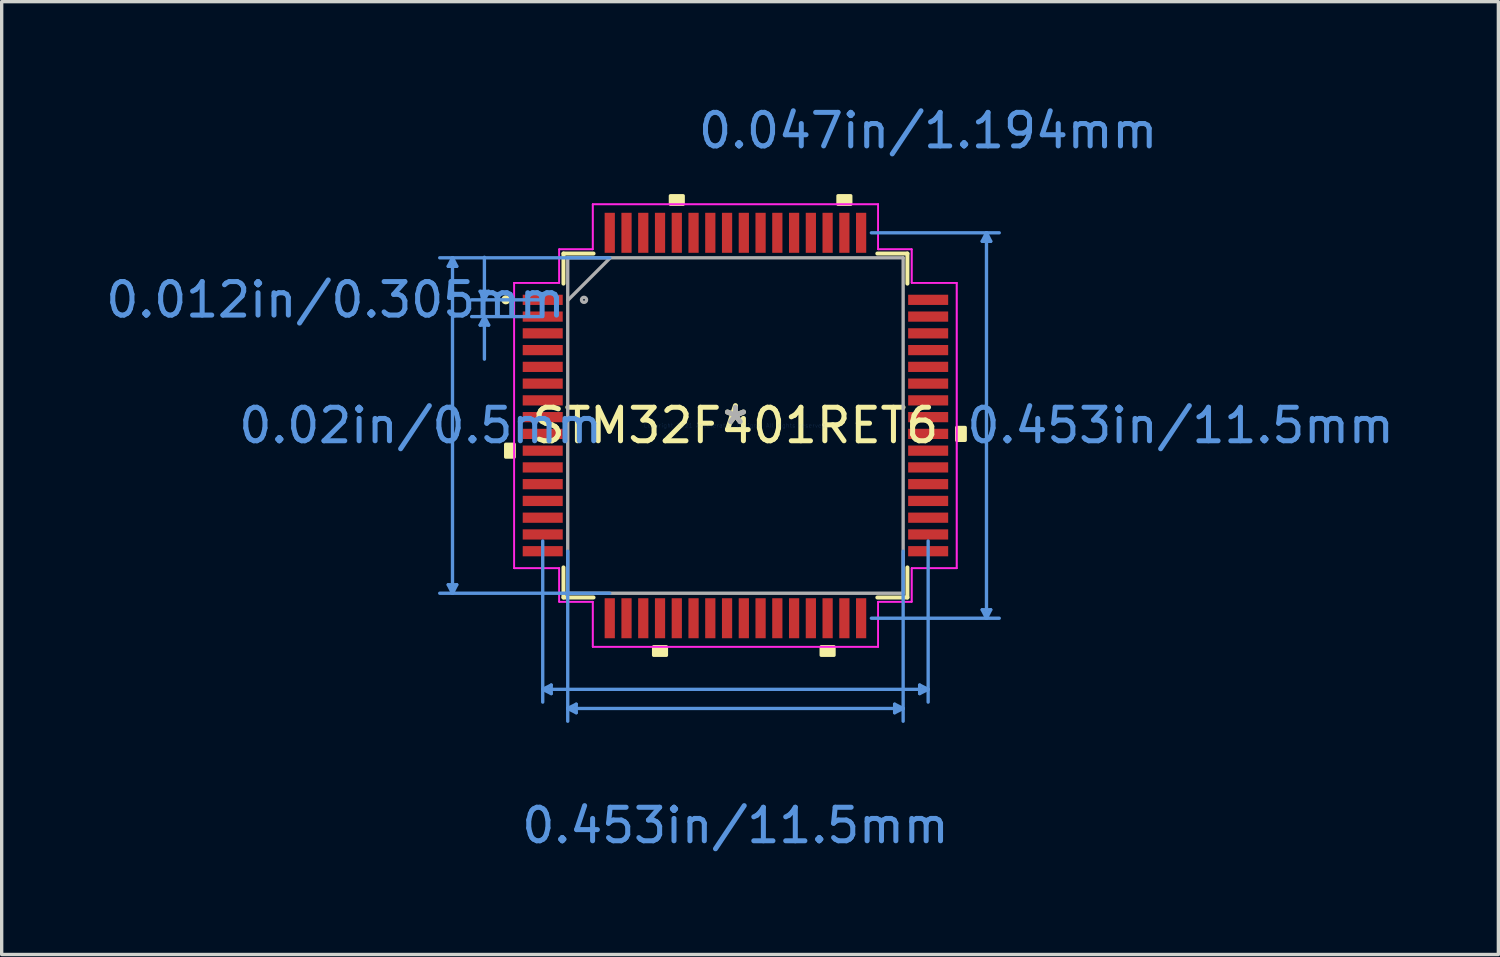
<source format=kicad_pcb>
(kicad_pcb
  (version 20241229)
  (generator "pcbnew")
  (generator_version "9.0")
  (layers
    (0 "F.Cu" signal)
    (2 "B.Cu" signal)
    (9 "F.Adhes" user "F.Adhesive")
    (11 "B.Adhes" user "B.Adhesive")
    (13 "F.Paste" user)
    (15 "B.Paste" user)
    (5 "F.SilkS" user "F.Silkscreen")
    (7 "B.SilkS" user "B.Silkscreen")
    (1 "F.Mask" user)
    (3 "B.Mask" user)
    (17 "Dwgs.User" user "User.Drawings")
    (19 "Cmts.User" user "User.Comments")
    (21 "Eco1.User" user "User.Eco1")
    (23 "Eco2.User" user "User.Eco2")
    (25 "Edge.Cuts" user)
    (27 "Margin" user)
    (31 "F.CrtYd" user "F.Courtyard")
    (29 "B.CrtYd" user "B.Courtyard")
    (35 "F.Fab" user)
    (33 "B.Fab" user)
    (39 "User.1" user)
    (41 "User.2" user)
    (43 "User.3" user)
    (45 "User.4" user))
  (footprint "STM32F401RET6"
    (layer "F.Cu")
    (at 18.893 9.646)
    (property "Reference" "STM32F401RET6" (at 0 0 0) (layer "F.SilkS") (effects (font (size 1 1) (thickness 0.15))))
    (attr through_hole)
    (fp_line (start -5.131 -5.131) (end -5.131 -4.234) (stroke (width 0.12) (type solid)) (layer "F.SilkS"))
    (fp_line (start -5.131 4.234) (end -5.131 5.131) (stroke (width 0.12) (type solid)) (layer "F.SilkS"))
    (fp_line (start -5.131 5.131) (end -4.234 5.131) (stroke (width 0.12) (type solid)) (layer "F.SilkS"))
    (fp_line (start -4.234 -5.131) (end -5.131 -5.131) (stroke (width 0.12) (type solid)) (layer "F.SilkS"))
    (fp_line (start 4.234 5.131) (end 5.131 5.131) (stroke (width 0.12) (type solid)) (layer "F.SilkS"))
    (fp_line (start 5.131 -5.131) (end 4.234 -5.131) (stroke (width 0.12) (type solid)) (layer "F.SilkS"))
    (fp_line (start 5.131 -4.234) (end 5.131 -5.131) (stroke (width 0.12) (type solid)) (layer "F.SilkS"))
    (fp_line (start 5.131 5.131) (end 5.131 4.234) (stroke (width 0.12) (type solid)) (layer "F.SilkS"))
    (fp_circle (center -6.851 -3.75) (end -6.775 -3.75) (stroke (width 0.12) (type solid)) (fill no) (layer "F.SilkS"))
    (fp_poly (pts (xy -6.855 0.56) (xy -6.855 0.941) (xy -6.601 0.941) (xy -6.601 0.56)) (stroke (width 0.1) (type solid)) (fill yes) (layer "F.SilkS"))
    (fp_poly (pts (xy -2.441 6.601) (xy -2.441 6.855) (xy -2.06 6.855) (xy -2.06 6.601)) (stroke (width 0.1) (type solid)) (fill yes) (layer "F.SilkS"))
    (fp_poly (pts (xy -1.94 -6.601) (xy -1.94 -6.855) (xy -1.559 -6.855) (xy -1.559 -6.601)) (stroke (width 0.1) (type solid)) (fill yes) (layer "F.SilkS"))
    (fp_poly (pts (xy 2.559 6.601) (xy 2.559 6.855) (xy 2.941 6.855) (xy 2.941 6.601)) (stroke (width 0.1) (type solid)) (fill yes) (layer "F.SilkS"))
    (fp_poly (pts (xy 3.06 -6.601) (xy 3.06 -6.855) (xy 3.441 -6.855) (xy 3.441 -6.601)) (stroke (width 0.1) (type solid)) (fill yes) (layer "F.SilkS"))
    (fp_poly (pts (xy 6.855 0.059) (xy 6.855 0.441) (xy 6.601 0.441) (xy 6.601 0.059)) (stroke (width 0.1) (type solid)) (fill yes) (layer "F.SilkS"))
    (fp_line (start -8.569 -4.75) (end -8.315 -4.75) (stroke (width 0.1) (type solid)) (layer "Cmts.User"))
    (fp_line (start -8.569 4.75) (end -8.315 4.75) (stroke (width 0.1) (type solid)) (layer "Cmts.User"))
    (fp_line (start -8.442 -5.004) (end -8.569 -4.75) (stroke (width 0.1) (type solid)) (layer "Cmts.User"))
    (fp_line (start -8.442 -5.004) (end -8.442 5.004) (stroke (width 0.1) (type solid)) (layer "Cmts.User"))
    (fp_line (start -8.442 -5.004) (end -8.315 -4.75) (stroke (width 0.1) (type solid)) (layer "Cmts.User"))
    (fp_line (start -8.442 5.004) (end -8.569 4.75) (stroke (width 0.1) (type solid)) (layer "Cmts.User"))
    (fp_line (start -8.442 5.004) (end -8.315 4.75) (stroke (width 0.1) (type solid)) (layer "Cmts.User"))
    (fp_line (start -7.617 -4.004) (end -7.363 -4.004) (stroke (width 0.1) (type solid)) (layer "Cmts.User"))
    (fp_line (start -7.617 -2.996) (end -7.363 -2.996) (stroke (width 0.1) (type solid)) (layer "Cmts.User"))
    (fp_line (start -7.49 -3.75) (end -7.617 -4.004) (stroke (width 0.1) (type solid)) (layer "Cmts.User"))
    (fp_line (start -7.49 -3.75) (end -7.49 -5.02) (stroke (width 0.1) (type solid)) (layer "Cmts.User"))
    (fp_line (start -7.49 -3.75) (end -7.363 -4.004) (stroke (width 0.1) (type solid)) (layer "Cmts.User"))
    (fp_line (start -7.49 -3.25) (end -7.617 -2.996) (stroke (width 0.1) (type solid)) (layer "Cmts.User"))
    (fp_line (start -7.49 -3.25) (end -7.49 -1.98) (stroke (width 0.1) (type solid)) (layer "Cmts.User"))
    (fp_line (start -7.49 -3.25) (end -7.363 -2.996) (stroke (width 0.1) (type solid)) (layer "Cmts.User"))
    (fp_line (start -5.75 -3.75) (end -7.871 -3.75) (stroke (width 0.1) (type solid)) (layer "Cmts.User"))
    (fp_line (start -5.75 -3.25) (end -7.871 -3.25) (stroke (width 0.1) (type solid)) (layer "Cmts.User"))
    (fp_line (start -5.75 3.445) (end -5.75 8.252) (stroke (width 0.1) (type solid)) (layer "Cmts.User"))
    (fp_line (start -5.75 7.871) (end -5.496 7.744) (stroke (width 0.1) (type solid)) (layer "Cmts.User"))
    (fp_line (start -5.75 7.871) (end -5.496 7.998) (stroke (width 0.1) (type solid)) (layer "Cmts.User"))
    (fp_line (start -5.75 7.871) (end 5.75 7.871) (stroke (width 0.1) (type solid)) (layer "Cmts.User"))
    (fp_line (start -5.496 7.744) (end -5.496 7.998) (stroke (width 0.1) (type solid)) (layer "Cmts.User"))
    (fp_line (start -5.004 3.75) (end -5.004 8.823) (stroke (width 0.1) (type solid)) (layer "Cmts.User"))
    (fp_line (start -5.004 8.442) (end -4.75 8.315) (stroke (width 0.1) (type solid)) (layer "Cmts.User"))
    (fp_line (start -5.004 8.442) (end -4.75 8.569) (stroke (width 0.1) (type solid)) (layer "Cmts.User"))
    (fp_line (start -5.004 8.442) (end 5.004 8.442) (stroke (width 0.1) (type solid)) (layer "Cmts.User"))
    (fp_line (start -4.75 8.315) (end -4.75 8.569) (stroke (width 0.1) (type solid)) (layer "Cmts.User"))
    (fp_line (start -3.75 -5.004) (end -8.823 -5.004) (stroke (width 0.1) (type solid)) (layer "Cmts.User"))
    (fp_line (start -3.75 5.004) (end -8.823 5.004) (stroke (width 0.1) (type solid)) (layer "Cmts.User"))
    (fp_line (start 4.055 -5.75) (end 7.871 -5.75) (stroke (width 0.1) (type solid)) (layer "Cmts.User"))
    (fp_line (start 4.055 5.75) (end 7.871 5.75) (stroke (width 0.1) (type solid)) (layer "Cmts.User"))
    (fp_line (start 4.75 8.315) (end 4.75 8.569) (stroke (width 0.1) (type solid)) (layer "Cmts.User"))
    (fp_line (start 5.004 3.75) (end 5.004 8.823) (stroke (width 0.1) (type solid)) (layer "Cmts.User"))
    (fp_line (start 5.004 8.442) (end 4.75 8.315) (stroke (width 0.1) (type solid)) (layer "Cmts.User"))
    (fp_line (start 5.004 8.442) (end 4.75 8.569) (stroke (width 0.1) (type solid)) (layer "Cmts.User"))
    (fp_line (start 5.496 7.744) (end 5.496 7.998) (stroke (width 0.1) (type solid)) (layer "Cmts.User"))
    (fp_line (start 5.75 3.445) (end 5.75 8.252) (stroke (width 0.1) (type solid)) (layer "Cmts.User"))
    (fp_line (start 5.75 7.871) (end 5.496 7.744) (stroke (width 0.1) (type solid)) (layer "Cmts.User"))
    (fp_line (start 5.75 7.871) (end 5.496 7.998) (stroke (width 0.1) (type solid)) (layer "Cmts.User"))
    (fp_line (start 7.363 -5.496) (end 7.617 -5.496) (stroke (width 0.1) (type solid)) (layer "Cmts.User"))
    (fp_line (start 7.363 5.496) (end 7.617 5.496) (stroke (width 0.1) (type solid)) (layer "Cmts.User"))
    (fp_line (start 7.49 -5.75) (end 7.363 -5.496) (stroke (width 0.1) (type solid)) (layer "Cmts.User"))
    (fp_line (start 7.49 -5.75) (end 7.49 5.75) (stroke (width 0.1) (type solid)) (layer "Cmts.User"))
    (fp_line (start 7.49 -5.75) (end 7.617 -5.496) (stroke (width 0.1) (type solid)) (layer "Cmts.User"))
    (fp_line (start 7.49 5.75) (end 7.363 5.496) (stroke (width 0.1) (type solid)) (layer "Cmts.User"))
    (fp_line (start 7.49 5.75) (end 7.617 5.496) (stroke (width 0.1) (type solid)) (layer "Cmts.User"))
    (fp_line (start -6.601 -4.258) (end -5.258 -4.258) (stroke (width 0.05) (type solid)) (layer "F.CrtYd"))
    (fp_line (start -6.601 -4.258) (end -5.258 -4.258) (stroke (width 0.05) (type solid)) (layer "F.CrtYd"))
    (fp_line (start -6.601 4.258) (end -6.601 -4.258) (stroke (width 0.05) (type solid)) (layer "F.CrtYd"))
    (fp_line (start -6.601 4.258) (end -6.601 -4.258) (stroke (width 0.05) (type solid)) (layer "F.CrtYd"))
    (fp_line (start -5.258 -5.258) (end -4.258 -5.258) (stroke (width 0.05) (type solid)) (layer "F.CrtYd"))
    (fp_line (start -5.258 -5.258) (end -4.258 -5.258) (stroke (width 0.05) (type solid)) (layer "F.CrtYd"))
    (fp_line (start -5.258 -4.258) (end -5.258 -5.258) (stroke (width 0.05) (type solid)) (layer "F.CrtYd"))
    (fp_line (start -5.258 -4.258) (end -5.258 -5.258) (stroke (width 0.05) (type solid)) (layer "F.CrtYd"))
    (fp_line (start -5.258 4.258) (end -6.601 4.258) (stroke (width 0.05) (type solid)) (layer "F.CrtYd"))
    (fp_line (start -5.258 4.258) (end -6.601 4.258) (stroke (width 0.05) (type solid)) (layer "F.CrtYd"))
    (fp_line (start -5.258 5.258) (end -5.258 4.258) (stroke (width 0.05) (type solid)) (layer "F.CrtYd"))
    (fp_line (start -5.258 5.258) (end -5.258 4.258) (stroke (width 0.05) (type solid)) (layer "F.CrtYd"))
    (fp_line (start -4.258 -6.601) (end 4.258 -6.601) (stroke (width 0.05) (type solid)) (layer "F.CrtYd"))
    (fp_line (start -4.258 -6.601) (end 4.258 -6.601) (stroke (width 0.05) (type solid)) (layer "F.CrtYd"))
    (fp_line (start -4.258 -5.258) (end -4.258 -6.601) (stroke (width 0.05) (type solid)) (layer "F.CrtYd"))
    (fp_line (start -4.258 -5.258) (end -4.258 -6.601) (stroke (width 0.05) (type solid)) (layer "F.CrtYd"))
    (fp_line (start -4.258 5.258) (end -5.258 5.258) (stroke (width 0.05) (type solid)) (layer "F.CrtYd"))
    (fp_line (start -4.258 5.258) (end -5.258 5.258) (stroke (width 0.05) (type solid)) (layer "F.CrtYd"))
    (fp_line (start -4.258 6.601) (end -4.258 5.258) (stroke (width 0.05) (type solid)) (layer "F.CrtYd"))
    (fp_line (start -4.258 6.601) (end -4.258 5.258) (stroke (width 0.05) (type solid)) (layer "F.CrtYd"))
    (fp_line (start 4.258 -6.601) (end 4.258 -5.258) (stroke (width 0.05) (type solid)) (layer "F.CrtYd"))
    (fp_line (start 4.258 -6.601) (end 4.258 -5.258) (stroke (width 0.05) (type solid)) (layer "F.CrtYd"))
    (fp_line (start 4.258 -5.258) (end 5.258 -5.258) (stroke (width 0.05) (type solid)) (layer "F.CrtYd"))
    (fp_line (start 4.258 -5.258) (end 5.258 -5.258) (stroke (width 0.05) (type solid)) (layer "F.CrtYd"))
    (fp_line (start 4.258 5.258) (end 4.258 6.601) (stroke (width 0.05) (type solid)) (layer "F.CrtYd"))
    (fp_line (start 4.258 5.258) (end 4.258 6.601) (stroke (width 0.05) (type solid)) (layer "F.CrtYd"))
    (fp_line (start 4.258 6.601) (end -4.258 6.601) (stroke (width 0.05) (type solid)) (layer "F.CrtYd"))
    (fp_line (start 4.258 6.601) (end -4.258 6.601) (stroke (width 0.05) (type solid)) (layer "F.CrtYd"))
    (fp_line (start 5.258 -5.258) (end 5.258 -4.258) (stroke (width 0.05) (type solid)) (layer "F.CrtYd"))
    (fp_line (start 5.258 -5.258) (end 5.258 -4.258) (stroke (width 0.05) (type solid)) (layer "F.CrtYd"))
    (fp_line (start 5.258 -4.258) (end 6.601 -4.258) (stroke (width 0.05) (type solid)) (layer "F.CrtYd"))
    (fp_line (start 5.258 -4.258) (end 6.601 -4.258) (stroke (width 0.05) (type solid)) (layer "F.CrtYd"))
    (fp_line (start 5.258 4.258) (end 5.258 5.258) (stroke (width 0.05) (type solid)) (layer "F.CrtYd"))
    (fp_line (start 5.258 4.258) (end 5.258 5.258) (stroke (width 0.05) (type solid)) (layer "F.CrtYd"))
    (fp_line (start 5.258 5.258) (end 4.258 5.258) (stroke (width 0.05) (type solid)) (layer "F.CrtYd"))
    (fp_line (start 5.258 5.258) (end 4.258 5.258) (stroke (width 0.05) (type solid)) (layer "F.CrtYd"))
    (fp_line (start 6.601 -4.258) (end 6.601 4.258) (stroke (width 0.05) (type solid)) (layer "F.CrtYd"))
    (fp_line (start 6.601 -4.258) (end 6.601 4.258) (stroke (width 0.05) (type solid)) (layer "F.CrtYd"))
    (fp_line (start 6.601 4.258) (end 5.258 4.258) (stroke (width 0.05) (type solid)) (layer "F.CrtYd"))
    (fp_line (start 6.601 4.258) (end 5.258 4.258) (stroke (width 0.05) (type solid)) (layer "F.CrtYd"))
    (fp_line (start -5.004 -5.004) (end -5.004 5.004) (stroke (width 0.1) (type solid)) (layer "F.Fab"))
    (fp_line (start -5.004 -3.734) (end -3.734 -5.004) (stroke (width 0.1) (type solid)) (layer "F.Fab"))
    (fp_line (start -5.004 5.004) (end 5.004 5.004) (stroke (width 0.1) (type solid)) (layer "F.Fab"))
    (fp_line (start 5.004 -5.004) (end -5.004 -5.004) (stroke (width 0.1) (type solid)) (layer "F.Fab"))
    (fp_line (start 5.004 5.004) (end 5.004 -5.004) (stroke (width 0.1) (type solid)) (layer "F.Fab"))
    (fp_circle (center -4.518 -3.75) (end -4.442 -3.75) (stroke (width 0.1) (type solid)) (fill no) (layer "F.Fab"))
    (fp_text user "*" (at 0 0 0) (layer "F.SilkS") (effects (font (size 1 1) (thickness 0.15))))
    (fp_text user "0.453in/11.5mm" (at 0 11.935 0) (layer "Cmts.User") (effects (font (size 1 1) (thickness 0.15))))
    (fp_text user "0.047in/1.194mm" (at 5.75 -8.798 0) (layer "Cmts.User") (effects (font (size 1 1) (thickness 0.15))))
    (fp_text user "0.012in/0.305mm" (at -11.935 -3.75 0) (layer "Cmts.User") (effects (font (size 1 1) (thickness 0.15))))
    (fp_text user "0.02in/0.5mm" (at -9.395 0 0) (layer "Cmts.User") (effects (font (size 1 1) (thickness 0.15))))
    (fp_text user "Copyright 2021 Accelerated Designs. All rights reserved." (at 0 0 0) (layer "Cmts.User") (effects (font (size 0.127 0.127) (thickness 0.002))))
    (fp_text user "0.453in/11.5mm" (at 13.281 0 0) (layer "Cmts.User") (effects (font (size 1 1) (thickness 0.15))))
    (fp_text user "*" (at 0 0 0) (layer "F.Fab") (effects (font (size 1 1) (thickness 0.15))))
    (pad "1" smd rect (at -5.75 -3.75) (size 1.194 0.305) (layers "F.Cu" "F.Mask" "F.Paste"))
    (pad "2" smd rect (at -5.75 -3.25) (size 1.194 0.305) (layers "F.Cu" "F.Mask" "F.Paste"))
    (pad "3" smd rect (at -5.75 -2.75) (size 1.194 0.305) (layers "F.Cu" "F.Mask" "F.Paste"))
    (pad "4" smd rect (at -5.75 -2.25) (size 1.194 0.305) (layers "F.Cu" "F.Mask" "F.Paste"))
    (pad "5" smd rect (at -5.75 -1.75) (size 1.194 0.305) (layers "F.Cu" "F.Mask" "F.Paste"))
    (pad "6" smd rect (at -5.75 -1.25) (size 1.194 0.305) (layers "F.Cu" "F.Mask" "F.Paste"))
    (pad "7" smd rect (at -5.75 -0.75) (size 1.194 0.305) (layers "F.Cu" "F.Mask" "F.Paste"))
    (pad "8" smd rect (at -5.75 -0.25) (size 1.194 0.305) (layers "F.Cu" "F.Mask" "F.Paste"))
    (pad "9" smd rect (at -5.75 0.25) (size 1.194 0.305) (layers "F.Cu" "F.Mask" "F.Paste"))
    (pad "10" smd rect (at -5.75 0.75) (size 1.194 0.305) (layers "F.Cu" "F.Mask" "F.Paste"))
    (pad "11" smd rect (at -5.75 1.25) (size 1.194 0.305) (layers "F.Cu" "F.Mask" "F.Paste"))
    (pad "12" smd rect (at -5.75 1.75) (size 1.194 0.305) (layers "F.Cu" "F.Mask" "F.Paste"))
    (pad "13" smd rect (at -5.75 2.25) (size 1.194 0.305) (layers "F.Cu" "F.Mask" "F.Paste"))
    (pad "14" smd rect (at -5.75 2.75) (size 1.194 0.305) (layers "F.Cu" "F.Mask" "F.Paste"))
    (pad "15" smd rect (at -5.75 3.25) (size 1.194 0.305) (layers "F.Cu" "F.Mask" "F.Paste"))
    (pad "16" smd rect (at -5.75 3.75) (size 1.194 0.305) (layers "F.Cu" "F.Mask" "F.Paste"))
    (pad "17" smd rect (at -3.75 5.75 90) (size 1.194 0.305) (layers "F.Cu" "F.Mask" "F.Paste"))
    (pad "18" smd rect (at -3.25 5.75 90) (size 1.194 0.305) (layers "F.Cu" "F.Mask" "F.Paste"))
    (pad "19" smd rect (at -2.75 5.75 90) (size 1.194 0.305) (layers "F.Cu" "F.Mask" "F.Paste"))
    (pad "20" smd rect (at -2.25 5.75 90) (size 1.194 0.305) (layers "F.Cu" "F.Mask" "F.Paste"))
    (pad "21" smd rect (at -1.75 5.75 90) (size 1.194 0.305) (layers "F.Cu" "F.Mask" "F.Paste"))
    (pad "22" smd rect (at -1.25 5.75 90) (size 1.194 0.305) (layers "F.Cu" "F.Mask" "F.Paste"))
    (pad "23" smd rect (at -0.75 5.75 90) (size 1.194 0.305) (layers "F.Cu" "F.Mask" "F.Paste"))
    (pad "24" smd rect (at -0.25 5.75 90) (size 1.194 0.305) (layers "F.Cu" "F.Mask" "F.Paste"))
    (pad "25" smd rect (at 0.25 5.75 90) (size 1.194 0.305) (layers "F.Cu" "F.Mask" "F.Paste"))
    (pad "26" smd rect (at 0.75 5.75 90) (size 1.194 0.305) (layers "F.Cu" "F.Mask" "F.Paste"))
    (pad "27" smd rect (at 1.25 5.75 90) (size 1.194 0.305) (layers "F.Cu" "F.Mask" "F.Paste"))
    (pad "28" smd rect (at 1.75 5.75 90) (size 1.194 0.305) (layers "F.Cu" "F.Mask" "F.Paste"))
    (pad "29" smd rect (at 2.25 5.75 90) (size 1.194 0.305) (layers "F.Cu" "F.Mask" "F.Paste"))
    (pad "30" smd rect (at 2.75 5.75 90) (size 1.194 0.305) (layers "F.Cu" "F.Mask" "F.Paste"))
    (pad "31" smd rect (at 3.25 5.75 90) (size 1.194 0.305) (layers "F.Cu" "F.Mask" "F.Paste"))
    (pad "32" smd rect (at 3.75 5.75 90) (size 1.194 0.305) (layers "F.Cu" "F.Mask" "F.Paste"))
    (pad "33" smd rect (at 5.75 3.75) (size 1.194 0.305) (layers "F.Cu" "F.Mask" "F.Paste"))
    (pad "34" smd rect (at 5.75 3.25) (size 1.194 0.305) (layers "F.Cu" "F.Mask" "F.Paste"))
    (pad "35" smd rect (at 5.75 2.75) (size 1.194 0.305) (layers "F.Cu" "F.Mask" "F.Paste"))
    (pad "36" smd rect (at 5.75 2.25) (size 1.194 0.305) (layers "F.Cu" "F.Mask" "F.Paste"))
    (pad "37" smd rect (at 5.75 1.75) (size 1.194 0.305) (layers "F.Cu" "F.Mask" "F.Paste"))
    (pad "38" smd rect (at 5.75 1.25) (size 1.194 0.305) (layers "F.Cu" "F.Mask" "F.Paste"))
    (pad "39" smd rect (at 5.75 0.75) (size 1.194 0.305) (layers "F.Cu" "F.Mask" "F.Paste"))
    (pad "40" smd rect (at 5.75 0.25) (size 1.194 0.305) (layers "F.Cu" "F.Mask" "F.Paste"))
    (pad "41" smd rect (at 5.75 -0.25) (size 1.194 0.305) (layers "F.Cu" "F.Mask" "F.Paste"))
    (pad "42" smd rect (at 5.75 -0.75) (size 1.194 0.305) (layers "F.Cu" "F.Mask" "F.Paste"))
    (pad "43" smd rect (at 5.75 -1.25) (size 1.194 0.305) (layers "F.Cu" "F.Mask" "F.Paste"))
    (pad "44" smd rect (at 5.75 -1.75) (size 1.194 0.305) (layers "F.Cu" "F.Mask" "F.Paste"))
    (pad "45" smd rect (at 5.75 -2.25) (size 1.194 0.305) (layers "F.Cu" "F.Mask" "F.Paste"))
    (pad "46" smd rect (at 5.75 -2.75) (size 1.194 0.305) (layers "F.Cu" "F.Mask" "F.Paste"))
    (pad "47" smd rect (at 5.75 -3.25) (size 1.194 0.305) (layers "F.Cu" "F.Mask" "F.Paste"))
    (pad "48" smd rect (at 5.75 -3.75) (size 1.194 0.305) (layers "F.Cu" "F.Mask" "F.Paste"))
    (pad "49" smd rect (at 3.75 -5.75 90) (size 1.194 0.305) (layers "F.Cu" "F.Mask" "F.Paste"))
    (pad "50" smd rect (at 3.25 -5.75 90) (size 1.194 0.305) (layers "F.Cu" "F.Mask" "F.Paste"))
    (pad "51" smd rect (at 2.75 -5.75 90) (size 1.194 0.305) (layers "F.Cu" "F.Mask" "F.Paste"))
    (pad "52" smd rect (at 2.25 -5.75 90) (size 1.194 0.305) (layers "F.Cu" "F.Mask" "F.Paste"))
    (pad "53" smd rect (at 1.75 -5.75 90) (size 1.194 0.305) (layers "F.Cu" "F.Mask" "F.Paste"))
    (pad "54" smd rect (at 1.25 -5.75 90) (size 1.194 0.305) (layers "F.Cu" "F.Mask" "F.Paste"))
    (pad "55" smd rect (at 0.75 -5.75 90) (size 1.194 0.305) (layers "F.Cu" "F.Mask" "F.Paste"))
    (pad "56" smd rect (at 0.25 -5.75 90) (size 1.194 0.305) (layers "F.Cu" "F.Mask" "F.Paste"))
    (pad "57" smd rect (at -0.25 -5.75 90) (size 1.194 0.305) (layers "F.Cu" "F.Mask" "F.Paste"))
    (pad "58" smd rect (at -0.75 -5.75 90) (size 1.194 0.305) (layers "F.Cu" "F.Mask" "F.Paste"))
    (pad "59" smd rect (at -1.25 -5.75 90) (size 1.194 0.305) (layers "F.Cu" "F.Mask" "F.Paste"))
    (pad "60" smd rect (at -1.75 -5.75 90) (size 1.194 0.305) (layers "F.Cu" "F.Mask" "F.Paste"))
    (pad "61" smd rect (at -2.25 -5.75 90) (size 1.194 0.305) (layers "F.Cu" "F.Mask" "F.Paste"))
    (pad "62" smd rect (at -2.75 -5.75 90) (size 1.194 0.305) (layers "F.Cu" "F.Mask" "F.Paste"))
    (pad "63" smd rect (at -3.25 -5.75 90) (size 1.194 0.305) (layers "F.Cu" "F.Mask" "F.Paste"))
    (pad "64" smd rect (at -3.75 -5.75 90) (size 1.194 0.305) (layers "F.Cu" "F.Mask" "F.Paste")))
  (gr_rect
    (start -3 -3)
    (end 41.656 25.429)
    (stroke (width 0.1) (type default))
    (fill no)
    (layer "Edge.Cuts")))
</source>
